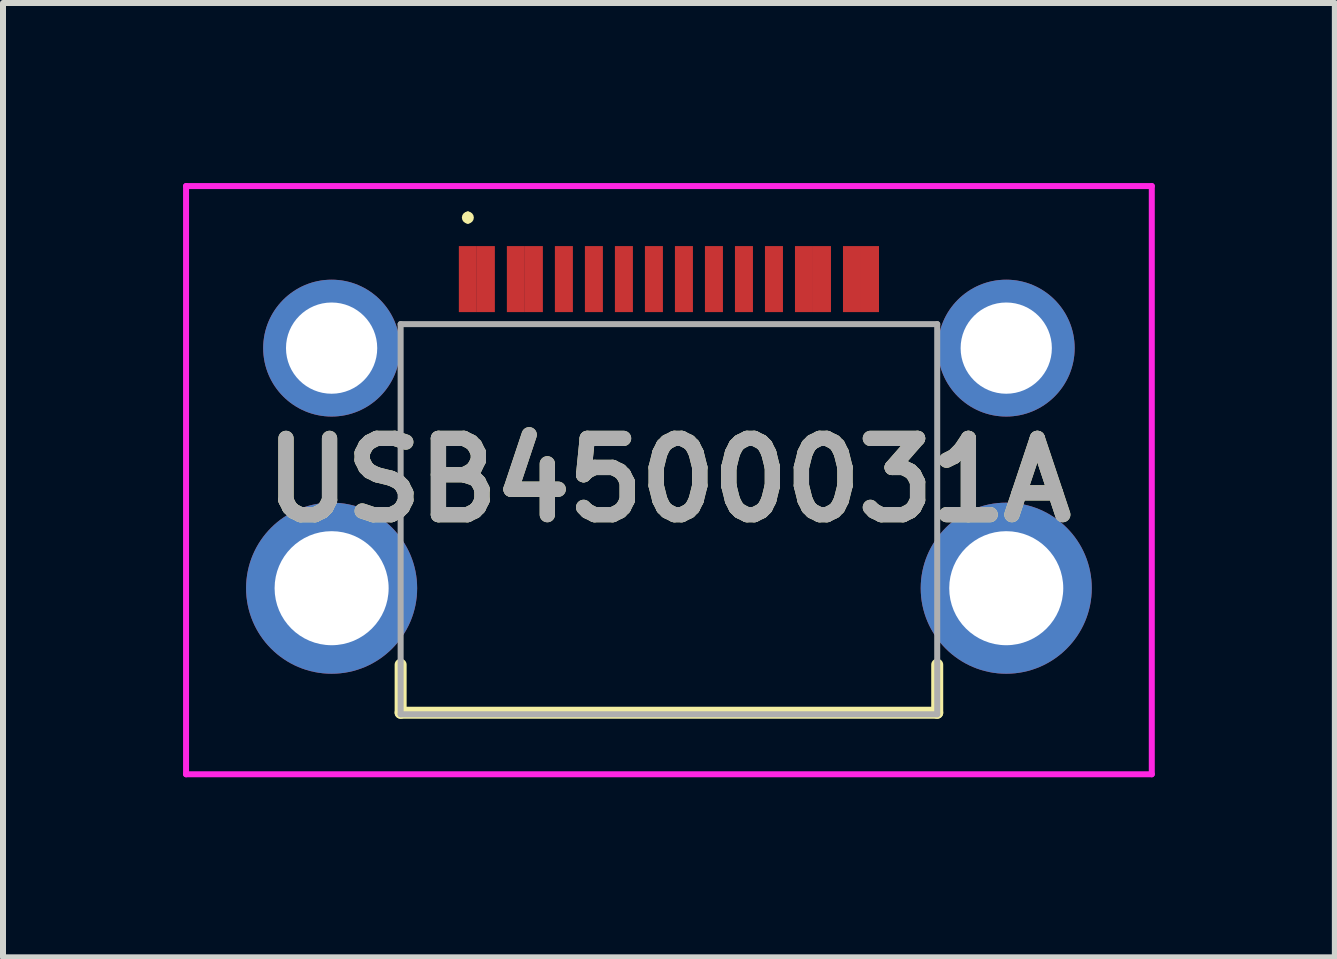
<source format=kicad_pcb>
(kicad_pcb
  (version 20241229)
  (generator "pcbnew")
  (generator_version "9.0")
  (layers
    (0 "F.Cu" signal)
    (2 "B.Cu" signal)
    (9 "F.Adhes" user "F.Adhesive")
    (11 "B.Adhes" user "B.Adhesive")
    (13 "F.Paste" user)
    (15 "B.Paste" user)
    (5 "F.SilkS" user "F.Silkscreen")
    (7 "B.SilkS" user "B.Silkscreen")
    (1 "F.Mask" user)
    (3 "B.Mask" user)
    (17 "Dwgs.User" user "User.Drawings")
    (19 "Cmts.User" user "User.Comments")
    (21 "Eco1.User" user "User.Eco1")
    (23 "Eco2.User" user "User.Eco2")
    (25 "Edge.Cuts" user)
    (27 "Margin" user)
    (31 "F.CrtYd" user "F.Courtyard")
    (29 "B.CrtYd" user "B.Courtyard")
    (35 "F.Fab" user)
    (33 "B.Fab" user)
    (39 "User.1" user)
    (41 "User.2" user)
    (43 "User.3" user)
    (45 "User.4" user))
  (footprint "USB4500031A"
    (layer "F.Cu")
    (at 8.095 5.225)
    (property "Reference" "USB4500031A" (at 0 -0.275 0) (layer "F.SilkS") (effects (font (size 1.27 1.27) (thickness 0.254))))
    (attr through_hole)
    (fp_line (start -4.47 2.8) (end -4.47 3.6) (stroke (width 0.2) (type solid)) (layer "F.SilkS"))
    (fp_line (start -4.47 3.6) (end 4.47 3.6) (stroke (width 0.2) (type solid)) (layer "F.SilkS"))
    (fp_line (start -3.35 -4.7) (end -3.35 -4.7) (stroke (width 0.1) (type solid)) (layer "F.SilkS"))
    (fp_line (start -3.35 -4.6) (end -3.35 -4.6) (stroke (width 0.1) (type solid)) (layer "F.SilkS"))
    (fp_line (start 4.47 3.6) (end 4.47 2.8) (stroke (width 0.2) (type solid)) (layer "F.SilkS"))
    (fp_arc (start -3.35 -4.7) (mid -3.3 -4.65) (end -3.35 -4.6) (stroke (width 0.1) (type solid)) (layer "F.SilkS"))
    (fp_arc (start -3.35 -4.6) (mid -3.4 -4.65) (end -3.35 -4.7) (stroke (width 0.1) (type solid)) (layer "F.SilkS"))
    (fp_line (start -8.045 -5.175) (end 8.045 -5.175) (stroke (width 0.1) (type solid)) (layer "F.CrtYd"))
    (fp_line (start -8.045 4.625) (end -8.045 -5.175) (stroke (width 0.1) (type solid)) (layer "F.CrtYd"))
    (fp_line (start 8.045 -5.175) (end 8.045 4.625) (stroke (width 0.1) (type solid)) (layer "F.CrtYd"))
    (fp_line (start 8.045 4.625) (end -8.045 4.625) (stroke (width 0.1) (type solid)) (layer "F.CrtYd"))
    (fp_line (start -4.47 -2.875) (end 4.47 -2.875) (stroke (width 0.1) (type solid)) (layer "F.Fab"))
    (fp_line (start -4.47 3.625) (end -4.47 -2.875) (stroke (width 0.1) (type solid)) (layer "F.Fab"))
    (fp_line (start 4.47 -2.875) (end 4.47 3.625) (stroke (width 0.1) (type solid)) (layer "F.Fab"))
    (fp_line (start 4.47 3.625) (end -4.47 3.625) (stroke (width 0.1) (type solid)) (layer "F.Fab"))
    (fp_text user "${REFERENCE}" (at 0 -0.275 0) (layer "F.Fab") (effects (font (size 1.27 1.27) (thickness 0.254))))
    (pad "A1" smd rect (at -3.35 -3.625) (size 0.3 1.1) (layers "F.Cu" "F.Mask" "F.Paste"))
    (pad "A4" smd rect (at -2.55 -3.625) (size 0.3 1.1) (layers "F.Cu" "F.Mask" "F.Paste"))
    (pad "A5" smd rect (at -1.25 -3.625) (size 0.3 1.1) (layers "F.Cu" "F.Mask" "F.Paste"))
    (pad "A6" smd rect (at -0.25 -3.625) (size 0.3 1.1) (layers "F.Cu" "F.Mask" "F.Paste"))
    (pad "A7" smd rect (at 0.25 -3.625) (size 0.3 1.1) (layers "F.Cu" "F.Mask" "F.Paste"))
    (pad "A8" smd rect (at 1.25 -3.625) (size 0.3 1.1) (layers "F.Cu" "F.Mask" "F.Paste"))
    (pad "A9" smd rect (at 2.55 -3.625) (size 0.3 1.1) (layers "F.Cu" "F.Mask" "F.Paste"))
    (pad "A12" smd rect (at 3.35 -3.625) (size 0.3 1.1) (layers "F.Cu" "F.Mask" "F.Paste"))
    (pad "B1" smd rect (at 3.05 -3.625) (size 0.3 1.1) (layers "F.Cu" "F.Mask" "F.Paste"))
    (pad "B4" smd rect (at 2.25 -3.625) (size 0.3 1.1) (layers "F.Cu" "F.Mask" "F.Paste"))
    (pad "B5" smd rect (at 1.75 -3.625) (size 0.3 1.1) (layers "F.Cu" "F.Mask" "F.Paste"))
    (pad "B6" smd rect (at 0.75 -3.625) (size 0.3 1.1) (layers "F.Cu" "F.Mask" "F.Paste"))
    (pad "B7" smd rect (at -0.75 -3.625) (size 0.3 1.1) (layers "F.Cu" "F.Mask" "F.Paste"))
    (pad "B8" smd rect (at -1.75 -3.625) (size 0.3 1.1) (layers "F.Cu" "F.Mask" "F.Paste"))
    (pad "B9" smd rect (at -2.25 -3.625) (size 0.3 1.1) (layers "F.Cu" "F.Mask" "F.Paste"))
    (pad "B12" smd rect (at -3.05 -3.625) (size 0.3 1.1) (layers "F.Cu" "F.Mask" "F.Paste"))
    (pad "MH1" thru_hole circle (at -5.62 -2.475) (size 2.28 2.28) (drill 1.52) (layers "*.Cu" "*.Mask"))
    (pad "MH2" thru_hole circle (at 5.62 -2.475) (size 2.28 2.28) (drill 1.52) (layers "*.Cu" "*.Mask"))
    (pad "MH3" thru_hole circle (at -5.62 1.525) (size 2.85 2.85) (drill 1.9) (layers "*.Cu" "*.Mask"))
    (pad "MH4" thru_hole circle (at 5.62 1.525) (size 2.85 2.85) (drill 1.9) (layers "*.Cu" "*.Mask")))
  (gr_rect
    (start -3 -3)
    (end 19.19 12.9)
    (stroke (width 0.1) (type default))
    (fill no)
    (layer "Edge.Cuts")))
</source>
